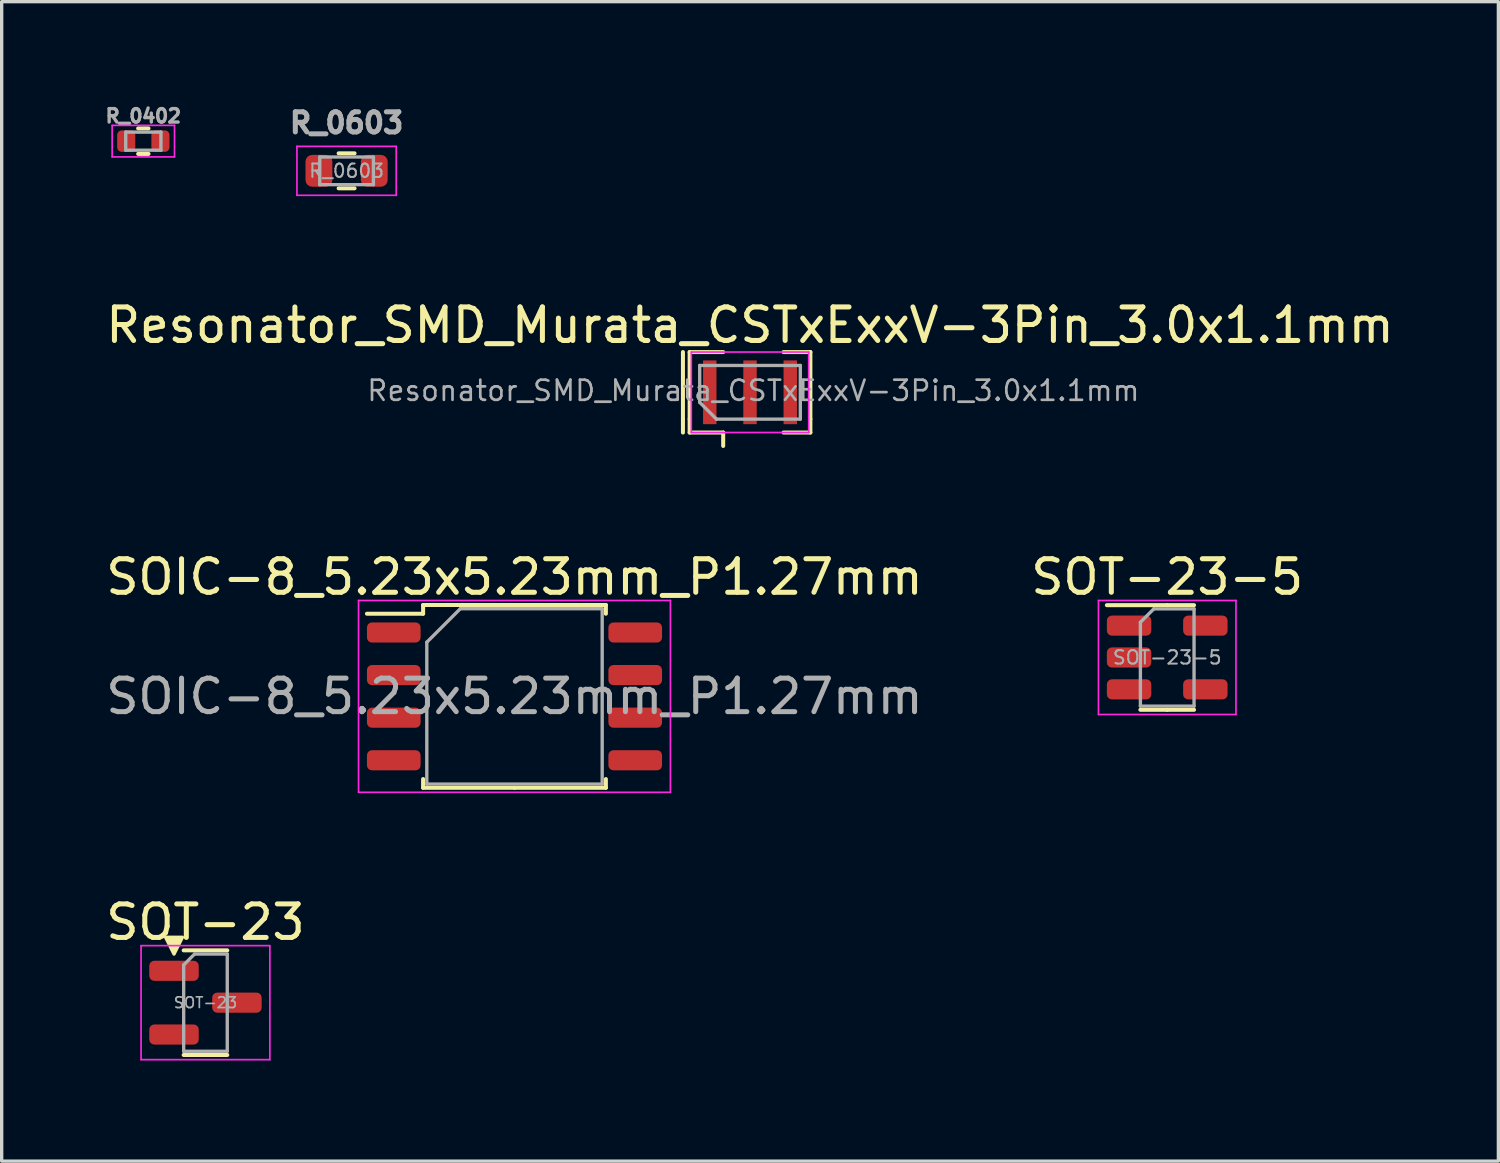
<source format=kicad_pcb>
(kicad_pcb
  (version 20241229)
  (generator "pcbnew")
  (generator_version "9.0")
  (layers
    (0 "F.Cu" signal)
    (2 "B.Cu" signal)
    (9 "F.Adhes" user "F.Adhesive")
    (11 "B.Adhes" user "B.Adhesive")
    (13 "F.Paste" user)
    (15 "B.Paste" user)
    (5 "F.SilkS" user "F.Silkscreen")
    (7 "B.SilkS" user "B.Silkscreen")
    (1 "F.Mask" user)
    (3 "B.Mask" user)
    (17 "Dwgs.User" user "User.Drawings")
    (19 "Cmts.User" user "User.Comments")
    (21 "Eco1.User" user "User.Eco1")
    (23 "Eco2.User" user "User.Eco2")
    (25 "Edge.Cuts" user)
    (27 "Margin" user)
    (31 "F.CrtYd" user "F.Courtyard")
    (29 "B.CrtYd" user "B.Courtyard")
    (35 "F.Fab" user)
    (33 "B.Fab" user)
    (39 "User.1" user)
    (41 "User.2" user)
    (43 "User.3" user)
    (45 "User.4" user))
  (footprint "SOIC-8_5.23x5.23mm_P1.27mm"
    (layer "F.Cu")
    (at 12.292 17.716)
    (property "Reference" "SOIC-8_5.23x5.23mm_P1.27mm" (at 0 -3.56 0) (layer "F.SilkS") (effects (font (size 1 1) (thickness 0.15))))
    (attr smd)
    (fp_line (start -2.725 -2.725) (end -2.725 -2.465) (stroke (width 0.12) (type solid)) (layer "F.SilkS"))
    (fp_line (start -2.725 -2.465) (end -4.4 -2.465) (stroke (width 0.12) (type solid)) (layer "F.SilkS"))
    (fp_line (start -2.725 2.725) (end -2.725 2.465) (stroke (width 0.12) (type solid)) (layer "F.SilkS"))
    (fp_line (start 0 -2.725) (end -2.725 -2.725) (stroke (width 0.12) (type solid)) (layer "F.SilkS"))
    (fp_line (start 0 -2.725) (end 2.725 -2.725) (stroke (width 0.12) (type solid)) (layer "F.SilkS"))
    (fp_line (start 0 2.725) (end -2.725 2.725) (stroke (width 0.12) (type solid)) (layer "F.SilkS"))
    (fp_line (start 0 2.725) (end 2.725 2.725) (stroke (width 0.12) (type solid)) (layer "F.SilkS"))
    (fp_line (start 2.725 -2.725) (end 2.725 -2.465) (stroke (width 0.12) (type solid)) (layer "F.SilkS"))
    (fp_line (start 2.725 2.725) (end 2.725 2.465) (stroke (width 0.12) (type solid)) (layer "F.SilkS"))
    (fp_line (start -4.65 -2.86) (end -4.65 2.86) (stroke (width 0.05) (type solid)) (layer "F.CrtYd"))
    (fp_line (start -4.65 2.86) (end 4.65 2.86) (stroke (width 0.05) (type solid)) (layer "F.CrtYd"))
    (fp_line (start 4.65 -2.86) (end -4.65 -2.86) (stroke (width 0.05) (type solid)) (layer "F.CrtYd"))
    (fp_line (start 4.65 2.86) (end 4.65 -2.86) (stroke (width 0.05) (type solid)) (layer "F.CrtYd"))
    (fp_line (start -2.615 -1.615) (end -1.615 -2.615) (stroke (width 0.1) (type solid)) (layer "F.Fab"))
    (fp_line (start -2.615 2.615) (end -2.615 -1.615) (stroke (width 0.1) (type solid)) (layer "F.Fab"))
    (fp_line (start -1.615 -2.615) (end 2.615 -2.615) (stroke (width 0.1) (type solid)) (layer "F.Fab"))
    (fp_line (start 2.615 -2.615) (end 2.615 2.615) (stroke (width 0.1) (type solid)) (layer "F.Fab"))
    (fp_line (start 2.615 2.615) (end -2.615 2.615) (stroke (width 0.1) (type solid)) (layer "F.Fab"))
    (fp_text user "${REFERENCE}" (at 0 0 0) (layer "F.Fab") (effects (font (size 1 1) (thickness 0.15))))
    (pad "1" smd roundrect (at -3.6 -1.905) (size 1.6 0.6) (layers "F.Cu" "F.Mask" "F.Paste") (roundrect_rratio 0.25))
    (pad "2" smd roundrect (at -3.6 -0.635) (size 1.6 0.6) (layers "F.Cu" "F.Mask" "F.Paste") (roundrect_rratio 0.25))
    (pad "3" smd roundrect (at -3.6 0.635) (size 1.6 0.6) (layers "F.Cu" "F.Mask" "F.Paste") (roundrect_rratio 0.25))
    (pad "4" smd roundrect (at -3.6 1.905) (size 1.6 0.6) (layers "F.Cu" "F.Mask" "F.Paste") (roundrect_rratio 0.25))
    (pad "5" smd roundrect (at 3.6 1.905) (size 1.6 0.6) (layers "F.Cu" "F.Mask" "F.Paste") (roundrect_rratio 0.25))
    (pad "6" smd roundrect (at 3.6 0.635) (size 1.6 0.6) (layers "F.Cu" "F.Mask" "F.Paste") (roundrect_rratio 0.25))
    (pad "7" smd roundrect (at 3.6 -0.635) (size 1.6 0.6) (layers "F.Cu" "F.Mask" "F.Paste") (roundrect_rratio 0.25))
    (pad "8" smd roundrect (at 3.6 -1.905) (size 1.6 0.6) (layers "F.Cu" "F.Mask" "F.Paste") (roundrect_rratio 0.25)))
  (footprint "R_0402"
    (layer "F.Cu")
    (at 1.224 1.159)
    (property "Reference" "R_0402" (at 0 -0.75 0) (layer "F.Fab") (effects (font (size 0.4 0.4) (thickness 0.15))))
    (property "Value" "${VALUE}" (at 0 0.75 0) (layer "F.Fab") (hide yes) (effects (font (size 0.4 0.4) (thickness 0.15))))
    (attr smd)
    (fp_line (start -0.154 -0.38) (end 0.154 -0.38) (stroke (width 0.12) (type solid)) (layer "F.SilkS"))
    (fp_line (start -0.154 0.38) (end 0.154 0.38) (stroke (width 0.12) (type solid)) (layer "F.SilkS"))
    (fp_line (start -0.93 -0.47) (end 0.93 -0.47) (stroke (width 0.05) (type solid)) (layer "F.CrtYd"))
    (fp_line (start -0.93 0.47) (end -0.93 -0.47) (stroke (width 0.05) (type solid)) (layer "F.CrtYd"))
    (fp_line (start 0.93 -0.47) (end 0.93 0.47) (stroke (width 0.05) (type solid)) (layer "F.CrtYd"))
    (fp_line (start 0.93 0.47) (end -0.93 0.47) (stroke (width 0.05) (type solid)) (layer "F.CrtYd"))
    (fp_line (start -0.525 -0.27) (end 0.525 -0.27) (stroke (width 0.1) (type solid)) (layer "F.Fab"))
    (fp_line (start -0.525 0.27) (end -0.525 -0.27) (stroke (width 0.1) (type solid)) (layer "F.Fab"))
    (fp_line (start 0.525 -0.27) (end 0.525 0.27) (stroke (width 0.1) (type solid)) (layer "F.Fab"))
    (fp_line (start 0.525 0.27) (end -0.525 0.27) (stroke (width 0.1) (type solid)) (layer "F.Fab"))
    (pad "1" smd roundrect (at -0.51 0) (size 0.54 0.64) (layers "F.Cu" "F.Mask" "F.Paste") (roundrect_rratio 0.25))
    (pad "2" smd roundrect (at 0.51 0) (size 0.54 0.64) (layers "F.Cu" "F.Mask" "F.Paste") (roundrect_rratio 0.25)))
  (footprint "Resonator_SMD_Murata_CSTxExxV-3Pin_3.0x1.1mm"
    (layer "F.Cu")
    (at 19.315 8.648)
    (property "Reference" "Resonator_SMD_Murata_CSTxExxV-3Pin_3.0x1.1mm" (at 0 -2 0) (layer "F.SilkS") (effects (font (size 1 1) (thickness 0.15))))
    (attr smd)
    (fp_line (start -2 -1.2) (end -2 0.8) (stroke (width 0.12) (type solid)) (layer "F.SilkS"))
    (fp_line (start -2 0.8) (end -2 1.2) (stroke (width 0.12) (type solid)) (layer "F.SilkS"))
    (fp_line (start -1.8 -1.2) (end -0.8 -1.2) (stroke (width 0.12) (type solid)) (layer "F.SilkS"))
    (fp_line (start -1.8 0.8) (end -1.8 -1.2) (stroke (width 0.12) (type solid)) (layer "F.SilkS"))
    (fp_line (start -1.8 0.8) (end -1.8 1.2) (stroke (width 0.12) (type solid)) (layer "F.SilkS"))
    (fp_line (start -0.8 1.2) (end -1.8 1.2) (stroke (width 0.12) (type solid)) (layer "F.SilkS"))
    (fp_line (start -0.8 1.2) (end -0.8 1.6) (stroke (width 0.12) (type solid)) (layer "F.SilkS"))
    (fp_line (start 1 -1.2) (end 1.8 -1.2) (stroke (width 0.12) (type solid)) (layer "F.SilkS"))
    (fp_line (start 1.8 -1.2) (end 1.8 0.8) (stroke (width 0.12) (type solid)) (layer "F.SilkS"))
    (fp_line (start 1.8 0.8) (end 1.8 1.2) (stroke (width 0.12) (type solid)) (layer "F.SilkS"))
    (fp_line (start 1.8 1.2) (end 1 1.2) (stroke (width 0.12) (type solid)) (layer "F.SilkS"))
    (fp_line (start -1.75 -1.2) (end 1.75 -1.2) (stroke (width 0.05) (type solid)) (layer "F.CrtYd"))
    (fp_line (start -1.75 1.2) (end -1.75 -1.2) (stroke (width 0.05) (type solid)) (layer "F.CrtYd"))
    (fp_line (start 1.75 -1.2) (end 1.75 1.2) (stroke (width 0.05) (type solid)) (layer "F.CrtYd"))
    (fp_line (start 1.75 1.2) (end -1.75 1.2) (stroke (width 0.05) (type solid)) (layer "F.CrtYd"))
    (fp_line (start -1.5 0.3) (end -1.5 -0.8) (stroke (width 0.1) (type solid)) (layer "F.Fab"))
    (fp_line (start -1 0.8) (end -1.5 0.3) (stroke (width 0.1) (type solid)) (layer "F.Fab"))
    (fp_line (start -1 0.8) (end 1.5 0.8) (stroke (width 0.1) (type solid)) (layer "F.Fab"))
    (fp_line (start 1.5 -0.8) (end -1.5 -0.8) (stroke (width 0.1) (type solid)) (layer "F.Fab"))
    (fp_line (start 1.5 0.8) (end 1.5 -0.8) (stroke (width 0.1) (type solid)) (layer "F.Fab"))
    (fp_text user "${REFERENCE}" (at 0.1 -0.05 0) (layer "F.Fab") (effects (font (size 0.6 0.6) (thickness 0.08))))
    (pad "1" smd rect (at -1.2 0) (size 0.4 1.9) (layers "F.Cu" "F.Mask" "F.Paste"))
    (pad "2" smd rect (at 0 0) (size 0.4 1.9) (layers "F.Cu" "F.Mask" "F.Paste"))
    (pad "3" smd rect (at 1.2 0) (size 0.4 1.9) (layers "F.Cu" "F.Mask" "F.Paste")))
  (footprint "R_0603"
    (layer "F.Cu")
    (at 7.285 2.044)
    (property "Reference" "R_0603" (at 0 -1.43 0) (layer "F.Fab") (effects (font (size 0.6 0.6) (thickness 0.15))))
    (attr smd)
    (fp_line (start -0.237 -0.522) (end 0.237 -0.522) (stroke (width 0.12) (type solid)) (layer "F.SilkS"))
    (fp_line (start -0.237 0.522) (end 0.237 0.522) (stroke (width 0.12) (type solid)) (layer "F.SilkS"))
    (fp_line (start -1.48 -0.73) (end 1.48 -0.73) (stroke (width 0.05) (type solid)) (layer "F.CrtYd"))
    (fp_line (start -1.48 0.73) (end -1.48 -0.73) (stroke (width 0.05) (type solid)) (layer "F.CrtYd"))
    (fp_line (start 1.48 -0.73) (end 1.48 0.73) (stroke (width 0.05) (type solid)) (layer "F.CrtYd"))
    (fp_line (start 1.48 0.73) (end -1.48 0.73) (stroke (width 0.05) (type solid)) (layer "F.CrtYd"))
    (fp_line (start -0.8 -0.412) (end 0.8 -0.412) (stroke (width 0.1) (type solid)) (layer "F.Fab"))
    (fp_line (start -0.8 0.412) (end -0.8 -0.412) (stroke (width 0.1) (type solid)) (layer "F.Fab"))
    (fp_line (start 0.8 -0.412) (end 0.8 0.412) (stroke (width 0.1) (type solid)) (layer "F.Fab"))
    (fp_line (start 0.8 0.412) (end -0.8 0.412) (stroke (width 0.1) (type solid)) (layer "F.Fab"))
    (fp_text user "${REFERENCE}" (at 0 0 0) (layer "F.Fab") (effects (font (size 0.4 0.4) (thickness 0.06))))
    (pad "1" smd roundrect (at -0.825 0) (size 0.8 0.95) (layers "F.Cu" "F.Mask" "F.Paste") (roundrect_rratio 0.25))
    (pad "2" smd roundrect (at 0.825 0) (size 0.8 0.95) (layers "F.Cu" "F.Mask" "F.Paste") (roundrect_rratio 0.25)))
  (footprint "SOT-23"
    (layer "F.Cu")
    (at 3.077 26.849)
    (property "Reference" "SOT-23" (at 0 -2.4 0) (layer "F.SilkS") (effects (font (size 1 1) (thickness 0.15))))
    (property "Value" "${VALUE}" (at 0 2 0) (layer "F.Fab") (hide yes) (effects (font (size 0.4 0.4) (thickness 0.15))))
    (attr smd)
    (fp_line (start -0.65 -1.56) (end 0.65 -1.56) (stroke (width 0.12) (type solid)) (layer "F.SilkS"))
    (fp_line (start 0.65 1.56) (end -0.65 1.56) (stroke (width 0.12) (type solid)) (layer "F.SilkS"))
    (fp_poly (pts (xy -0.938 -1.45) (xy -1.188 -1.95) (xy -0.688 -1.95)) (stroke (width 0.1) (type solid)) (fill yes) (layer "F.SilkS"))
    (fp_line (start -1.92 -1.7) (end -1.92 1.7) (stroke (width 0.05) (type solid)) (layer "F.CrtYd"))
    (fp_line (start -1.92 1.7) (end 1.92 1.7) (stroke (width 0.05) (type solid)) (layer "F.CrtYd"))
    (fp_line (start 1.92 -1.7) (end -1.92 -1.7) (stroke (width 0.05) (type solid)) (layer "F.CrtYd"))
    (fp_line (start 1.92 1.7) (end 1.92 -1.7) (stroke (width 0.05) (type solid)) (layer "F.CrtYd"))
    (fp_line (start -0.65 -1.125) (end -0.325 -1.45) (stroke (width 0.1) (type solid)) (layer "F.Fab"))
    (fp_line (start -0.65 1.45) (end -0.65 -1.125) (stroke (width 0.1) (type solid)) (layer "F.Fab"))
    (fp_line (start -0.325 -1.45) (end 0.65 -1.45) (stroke (width 0.1) (type solid)) (layer "F.Fab"))
    (fp_line (start 0.65 -1.45) (end 0.65 1.45) (stroke (width 0.1) (type solid)) (layer "F.Fab"))
    (fp_line (start 0.65 1.45) (end -0.65 1.45) (stroke (width 0.1) (type solid)) (layer "F.Fab"))
    (fp_text user "${REFERENCE}" (at 0 0 0) (layer "F.Fab") (effects (font (size 0.32 0.32) (thickness 0.05))))
    (pad "1" smd roundrect (at -0.938 -0.95) (size 1.475 0.6) (layers "F.Cu" "F.Mask" "F.Paste") (roundrect_rratio 0.25))
    (pad "2" smd roundrect (at -0.938 0.95) (size 1.475 0.6) (layers "F.Cu" "F.Mask" "F.Paste") (roundrect_rratio 0.25))
    (pad "3" smd roundrect (at 0.938 0) (size 1.475 0.6) (layers "F.Cu" "F.Mask" "F.Paste") (roundrect_rratio 0.25)))
  (footprint "SOT-23-5"
    (layer "F.Cu")
    (at 31.756 16.556)
    (property "Reference" "SOT-23-5" (at 0 -2.4 0) (layer "F.SilkS") (effects (font (size 1 1) (thickness 0.15))))
    (attr smd)
    (fp_line (start 0 -1.56) (end -1.8 -1.56) (stroke (width 0.12) (type solid)) (layer "F.SilkS"))
    (fp_line (start 0 -1.56) (end 0.8 -1.56) (stroke (width 0.12) (type solid)) (layer "F.SilkS"))
    (fp_line (start 0 1.56) (end -0.8 1.56) (stroke (width 0.12) (type solid)) (layer "F.SilkS"))
    (fp_line (start 0 1.56) (end 0.8 1.56) (stroke (width 0.12) (type solid)) (layer "F.SilkS"))
    (fp_line (start -2.05 -1.7) (end -2.05 1.7) (stroke (width 0.05) (type solid)) (layer "F.CrtYd"))
    (fp_line (start -2.05 1.7) (end 2.05 1.7) (stroke (width 0.05) (type solid)) (layer "F.CrtYd"))
    (fp_line (start 2.05 -1.7) (end -2.05 -1.7) (stroke (width 0.05) (type solid)) (layer "F.CrtYd"))
    (fp_line (start 2.05 1.7) (end 2.05 -1.7) (stroke (width 0.05) (type solid)) (layer "F.CrtYd"))
    (fp_line (start -0.8 -1.05) (end -0.4 -1.45) (stroke (width 0.1) (type solid)) (layer "F.Fab"))
    (fp_line (start -0.8 1.45) (end -0.8 -1.05) (stroke (width 0.1) (type solid)) (layer "F.Fab"))
    (fp_line (start -0.4 -1.45) (end 0.8 -1.45) (stroke (width 0.1) (type solid)) (layer "F.Fab"))
    (fp_line (start 0.8 -1.45) (end 0.8 1.45) (stroke (width 0.1) (type solid)) (layer "F.Fab"))
    (fp_line (start 0.8 1.45) (end -0.8 1.45) (stroke (width 0.1) (type solid)) (layer "F.Fab"))
    (fp_text user "${REFERENCE}" (at 0 0 0) (layer "F.Fab") (effects (font (size 0.4 0.4) (thickness 0.06))))
    (pad "1" smd roundrect (at -1.137 -0.95) (size 1.325 0.6) (layers "F.Cu" "F.Mask" "F.Paste") (roundrect_rratio 0.25))
    (pad "2" smd roundrect (at -1.137 0) (size 1.325 0.6) (layers "F.Cu" "F.Mask" "F.Paste") (roundrect_rratio 0.25))
    (pad "3" smd roundrect (at -1.137 0.95) (size 1.325 0.6) (layers "F.Cu" "F.Mask" "F.Paste") (roundrect_rratio 0.25))
    (pad "4" smd roundrect (at 1.137 0.95) (size 1.325 0.6) (layers "F.Cu" "F.Mask" "F.Paste") (roundrect_rratio 0.25))
    (pad "5" smd roundrect (at 1.137 -0.95) (size 1.325 0.6) (layers "F.Cu" "F.Mask" "F.Paste") (roundrect_rratio 0.25)))
  (gr_rect
    (start -3 -3)
    (end 41.631 31.574)
    (stroke (width 0.1) (type default))
    (fill no)
    (layer "Edge.Cuts")))
</source>
